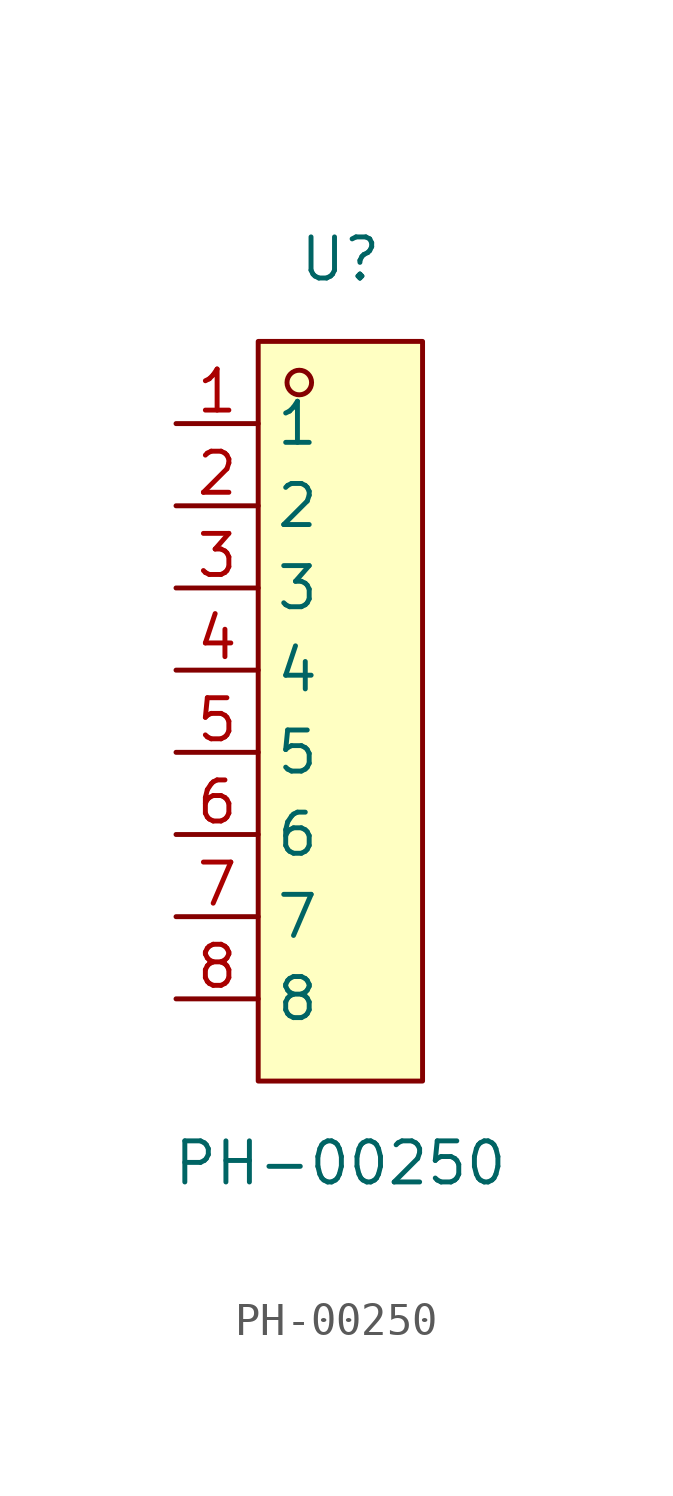
<source format=kicad_sym>
(kicad_symbol_lib
  (version 20211014)
  (generator https://github.com/uPesy/easyeda2kicad.py)
  (symbol "PH-00250"
    (property "Reference" "U"
      (at 0 13.97 0)
      (effects (font (size 1.27 1.27))))
    (property "Value" "PH-00250"
      (at 0 -13.97 0)
      (effects (font (size 1.27 1.27))))
    (symbol "PH-00250_0_1"
      (rectangle (start -2.54 11.43) (end 2.54 -11.43) (stroke (width 0) (type default) (color 0 0 0 0)) (fill (type background)))
      (circle (center -1.27 10.16) (radius 0.38) (stroke (width 0) (type default) (color 0 0 0 0)) (fill (type none)))
      (pin unspecified line (at -5.08 8.89 0) (length 2.54) (name "1" (effects (font (size 1.27 1.27)))) (number "1" (effects (font (size 1.27 1.27)))))
      (pin unspecified line (at -5.08 6.35 0) (length 2.54) (name "2" (effects (font (size 1.27 1.27)))) (number "2" (effects (font (size 1.27 1.27)))))
      (pin unspecified line (at -5.08 3.81 0) (length 2.54) (name "3" (effects (font (size 1.27 1.27)))) (number "3" (effects (font (size 1.27 1.27)))))
      (pin unspecified line (at -5.08 1.27 0) (length 2.54) (name "4" (effects (font (size 1.27 1.27)))) (number "4" (effects (font (size 1.27 1.27)))))
      (pin unspecified line (at -5.08 -1.27 0) (length 2.54) (name "5" (effects (font (size 1.27 1.27)))) (number "5" (effects (font (size 1.27 1.27)))))
      (pin unspecified line (at -5.08 -3.81 0) (length 2.54) (name "6" (effects (font (size 1.27 1.27)))) (number "6" (effects (font (size 1.27 1.27)))))
      (pin unspecified line (at -5.08 -6.35 0) (length 2.54) (name "7" (effects (font (size 1.27 1.27)))) (number "7" (effects (font (size 1.27 1.27)))))
      (pin unspecified line (at -5.08 -8.89 0) (length 2.54) (name "8" (effects (font (size 1.27 1.27)))) (number "8" (effects (font (size 1.27 1.27))))))))
</source>
